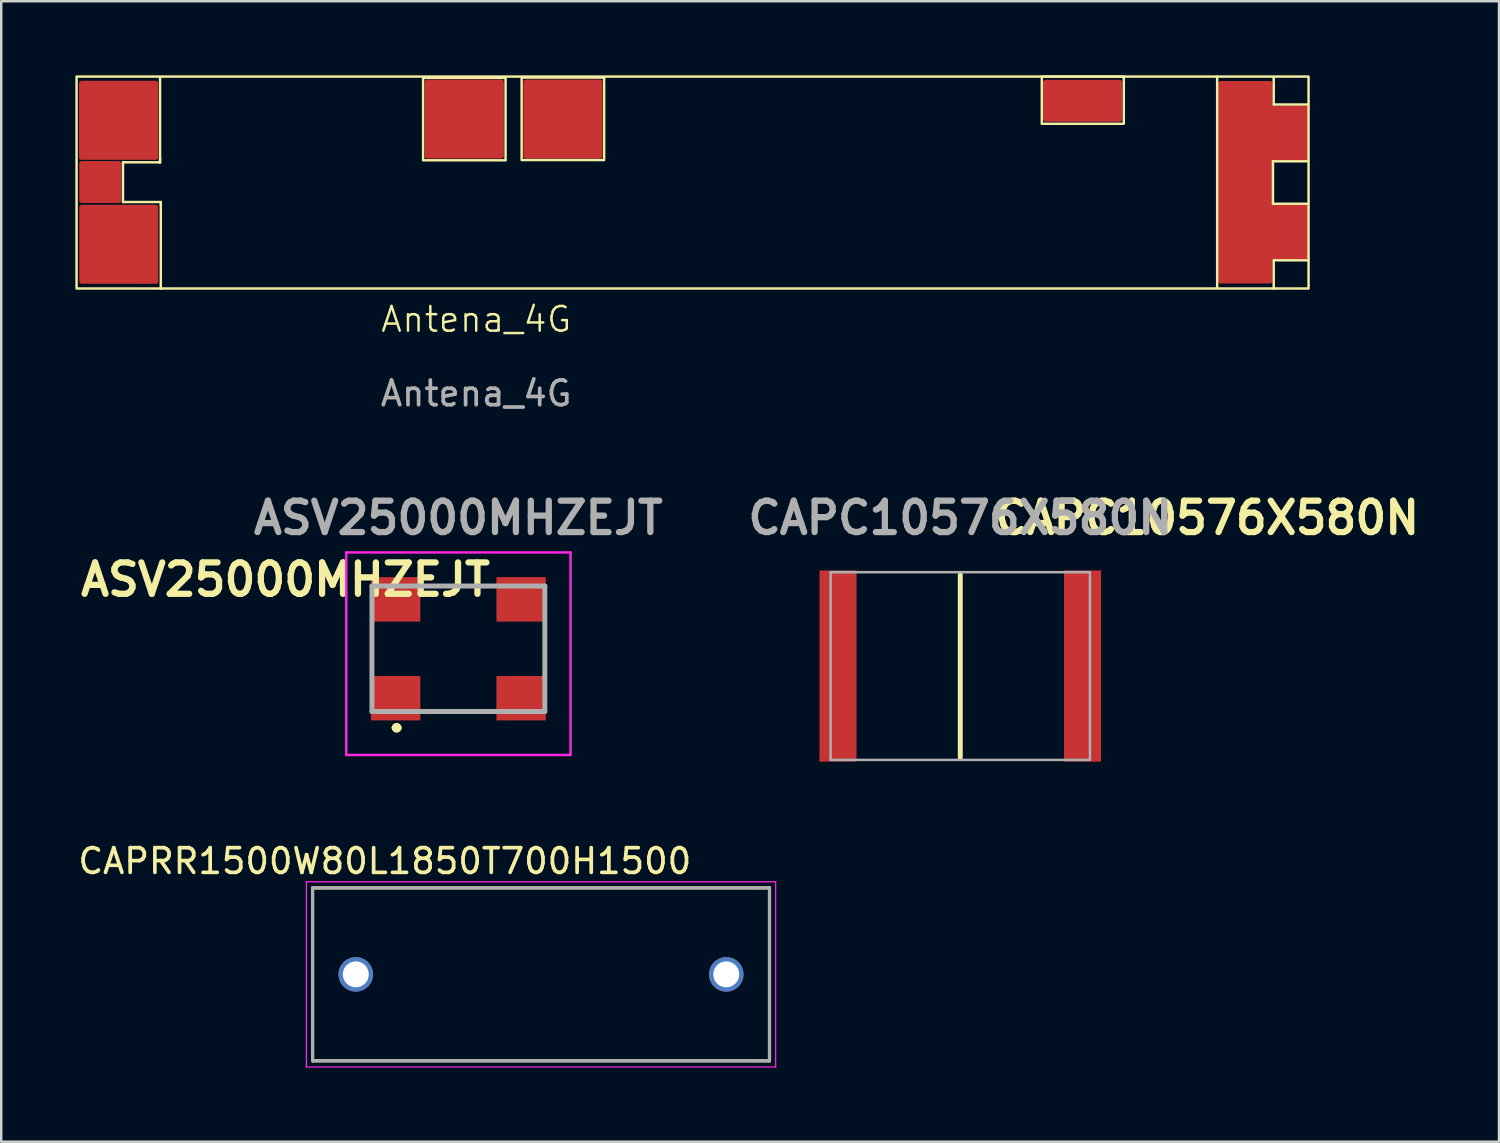
<source format=kicad_pcb>
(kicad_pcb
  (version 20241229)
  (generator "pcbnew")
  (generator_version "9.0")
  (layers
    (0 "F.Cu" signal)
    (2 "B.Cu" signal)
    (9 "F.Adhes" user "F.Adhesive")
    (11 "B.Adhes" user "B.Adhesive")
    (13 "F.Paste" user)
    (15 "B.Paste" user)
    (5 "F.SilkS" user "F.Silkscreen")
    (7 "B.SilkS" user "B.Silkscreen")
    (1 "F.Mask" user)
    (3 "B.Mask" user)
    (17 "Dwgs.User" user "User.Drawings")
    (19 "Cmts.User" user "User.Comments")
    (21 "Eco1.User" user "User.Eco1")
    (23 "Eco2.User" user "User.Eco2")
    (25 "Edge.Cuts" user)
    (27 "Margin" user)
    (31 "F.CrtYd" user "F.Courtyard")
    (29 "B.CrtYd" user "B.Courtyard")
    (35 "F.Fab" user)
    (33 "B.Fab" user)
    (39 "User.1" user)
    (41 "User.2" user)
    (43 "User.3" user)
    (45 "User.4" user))
  (footprint "CAPRR1500W80L1850T700H1500"
    (layer "F.Cu")
    (at 18.855 36.4)
    (property "Reference" "CAPRR1500W80L1850T700H1500" (at -6.325 -4.585 0) (layer "F.SilkS") (effects (font (size 1 1) (thickness 0.15))))
    (attr through_hole)
    (fp_line (start -9.25 -3.5) (end -9.25 3.5) (stroke (width 0.127) (type solid)) (layer "F.SilkS"))
    (fp_line (start -9.25 -3.5) (end 9.25 -3.5) (stroke (width 0.127) (type solid)) (layer "F.SilkS"))
    (fp_line (start -9.25 3.5) (end 9.25 3.5) (stroke (width 0.127) (type solid)) (layer "F.SilkS"))
    (fp_line (start 9.25 -3.5) (end 9.25 3.5) (stroke (width 0.127) (type solid)) (layer "F.SilkS"))
    (fp_line (start -9.5 -3.75) (end -9.5 3.75) (stroke (width 0.05) (type solid)) (layer "F.CrtYd"))
    (fp_line (start -9.5 -3.75) (end 9.5 -3.75) (stroke (width 0.05) (type solid)) (layer "F.CrtYd"))
    (fp_line (start 9.5 -3.75) (end 9.5 3.75) (stroke (width 0.05) (type solid)) (layer "F.CrtYd"))
    (fp_line (start 9.5 3.75) (end -9.5 3.75) (stroke (width 0.05) (type solid)) (layer "F.CrtYd"))
    (fp_line (start -9.25 -3.5) (end -9.25 3.5) (stroke (width 0.127) (type solid)) (layer "F.Fab"))
    (fp_line (start -9.25 -3.5) (end 9.25 -3.5) (stroke (width 0.127) (type solid)) (layer "F.Fab"))
    (fp_line (start 9.25 -3.5) (end 9.25 3.5) (stroke (width 0.127) (type solid)) (layer "F.Fab"))
    (fp_line (start 9.25 3.5) (end -9.25 3.5) (stroke (width 0.127) (type solid)) (layer "F.Fab"))
    (pad "1" thru_hole circle (at -7.5 0) (size 1.4 1.4) (drill 1.05) (layers "*.Cu" "*.Mask"))
    (pad "2" thru_hole circle (at 7.5 0) (size 1.4 1.4) (drill 1.05) (layers "*.Cu" "*.Mask")))
  (footprint "Antena_4G"
    (layer "F.Cu")
    (at 16.23 10.38)
    (property "Reference" "Antena_4G" (at 0 -0.5 0) (unlocked yes) (layer "F.SilkS") (effects (font (size 1 1) (thickness 0.1))))
    (attr smd)
    (fp_rect (start -15.98 -10.06) (end -12.98 -7.06) (stroke (width 0.2) (type default)) (fill no) (layer "F.Cu"))
    (fp_rect (start -15.97 -6.81) (end -14.47 -5.31) (stroke (width 0.2) (type default)) (fill no) (layer "F.Cu"))
    (fp_rect (start -15.97 -5.04) (end -12.97 -2.04) (stroke (width 0.2) (type default)) (fill no) (layer "F.Cu"))
    (fp_rect (start -1.98 -10.11) (end 1.02 -7.11) (stroke (width 0.2) (type default)) (fill no) (layer "F.Cu"))
    (fp_rect (start 2.01 -10.11) (end 5.01 -7.11) (stroke (width 0.2) (type default)) (fill no) (layer "F.Cu"))
    (fp_rect (start 23.05 -10.1) (end 26.05 -8.6) (stroke (width 0.2) (type default)) (fill no) (layer "F.Cu"))
    (fp_rect (start 30.14 -10.05) (end 32.14 -2.05) (stroke (width 0.2) (type default)) (fill no) (layer "F.Cu"))
    (fp_rect (start 32.14 -5.04) (end 33.58 -3.04) (stroke (width 0.2) (type default)) (fill no) (layer "F.Cu"))
    (fp_rect (start 32.15 -9.05) (end 33.59 -7.05) (stroke (width 0.2) (type default)) (fill no) (layer "F.Cu"))
    (fp_line (start -14.3 -6.86) (end -12.85 -6.86) (stroke (width 0.1) (type default)) (layer "F.SilkS"))
    (fp_line (start -14.3 -5.25) (end -14.3 -6.86) (stroke (width 0.1) (type default)) (layer "F.SilkS"))
    (fp_line (start -12.85 -6.86) (end -12.85 -6.86) (stroke (width 0.1) (type default)) (layer "F.SilkS"))
    (fp_line (start -12.8 -7.01) (end -12.8 -6.85) (stroke (width 0.1) (type default)) (layer "F.SilkS"))
    (fp_line (start -12.8 -6.85) (end -12.8 -10.27) (stroke (width 0.1) (type default)) (layer "F.SilkS"))
    (fp_line (start -12.77 -5.25) (end -14.3 -5.25) (stroke (width 0.1) (type default)) (layer "F.SilkS"))
    (fp_line (start -12.77 -5.14) (end -12.77 -5.25) (stroke (width 0.1) (type default)) (layer "F.SilkS"))
    (fp_line (start -12.77 -1.74) (end -12.77 -5.14) (stroke (width 0.1) (type default)) (layer "F.SilkS"))
    (fp_line (start 30 -10.32) (end 30 -1.79) (stroke (width 0.1) (type default)) (layer "F.SilkS"))
    (fp_line (start 32.26 -6.9) (end 33.65 -6.9) (stroke (width 0.1) (type default)) (layer "F.SilkS"))
    (fp_line (start 32.26 -5.18) (end 32.26 -6.9) (stroke (width 0.1) (type default)) (layer "F.SilkS"))
    (fp_line (start 32.26 -5.18) (end 33.67 -5.18) (stroke (width 0.1) (type default)) (layer "F.SilkS"))
    (fp_line (start 32.29 -9.2) (end 32.29 -10.3) (stroke (width 0.1) (type default)) (layer "F.SilkS"))
    (fp_line (start 32.29 -2.89) (end 33.66 -2.89) (stroke (width 0.1) (type default)) (layer "F.SilkS"))
    (fp_line (start 32.29 -1.75) (end 32.29 -2.89) (stroke (width 0.1) (type default)) (layer "F.SilkS"))
    (fp_line (start 33.68 -9.2) (end 32.29 -9.2) (stroke (width 0.1) (type default)) (layer "F.SilkS"))
    (fp_rect (start -16.18 -10.33) (end 33.7 -1.75) (stroke (width 0.1) (type default)) (fill no) (layer "F.SilkS"))
    (fp_rect (start -2.15 -10.28) (end 1.19 -6.94) (stroke (width 0.1) (type default)) (fill no) (layer "F.SilkS"))
    (fp_rect (start 1.84 -10.29) (end 5.18 -6.95) (stroke (width 0.1) (type default)) (fill no) (layer "F.SilkS"))
    (fp_rect (start 22.9 -10.33) (end 26.22 -8.42) (stroke (width 0.1) (type default)) (fill no) (layer "F.SilkS"))
    (fp_text user "${REFERENCE}" (at 0 2.5 0) (unlocked yes) (layer "F.Fab") (effects (font (size 1 1) (thickness 0.15))))
    (pad "" smd rect (at 32.86 -4.04) (size 1.44 2) (layers "F.Cu" "F.Mask" "F.Paste"))
    (pad "" smd rect (at 32.87 -8.072) (size 1.44 1.956) (layers "F.Cu" "F.Mask" "F.Paste"))
    (pad "1" smd rect (at -14.455 -8.56) (size 2.95 3) (layers "F.Cu" "F.Mask" "F.Paste"))
    (pad "2" smd rect (at -15.22 -6.072) (size 1.5 1.475) (layers "F.Cu" "F.Mask" "F.Paste"))
    (pad "3" smd rect (at -14.47 -3.54) (size 3 3) (layers "F.Cu" "F.Mask" "F.Paste"))
    (pad "4" smd rect (at -0.48 -8.61) (size 3 3) (layers "F.Cu" "F.Mask" "F.Paste"))
    (pad "5" smd rect (at 3.51 -8.61) (size 3 3) (layers "F.Cu" "F.Mask" "F.Paste"))
    (pad "6" smd rect (at 24.59 -9.35) (size 3.08 1.522) (layers "F.Cu" "F.Mask" "F.Paste"))
    (pad "7" smd rect (at 31.14 -6.05) (size 2 8) (layers "F.Cu" "F.Mask" "F.Paste")))
  (footprint "CAPC10576X580N"
    (layer "F.Cu")
    (at 35.829 23.917)
    (property "Reference" "CAPC10576X580N" (at 10 -6 0) (layer "F.SilkS") (effects (font (size 1.27 1.27) (thickness 0.254))))
    (attr smd)
    (fp_line (start 0 -3.7) (end 0 3.7) (stroke (width 0.2) (type solid)) (layer "F.SilkS"))
    (fp_line (start -6 -4) (end 6 -4) (stroke (width 0.1) (type default)) (layer "Margin"))
    (fp_line (start -6 4) (end -6 -4) (stroke (width 0.1) (type default)) (layer "Margin"))
    (fp_line (start 6 -4) (end 6 4) (stroke (width 0.1) (type default)) (layer "Margin"))
    (fp_line (start 6 4) (end -6 4) (stroke (width 0.1) (type default)) (layer "Margin"))
    (fp_line (start -5.25 -3.8) (end 5.25 -3.8) (stroke (width 0.1) (type solid)) (layer "F.Fab"))
    (fp_line (start -5.25 3.8) (end -5.25 -3.8) (stroke (width 0.1) (type solid)) (layer "F.Fab"))
    (fp_line (start 5.25 -3.8) (end 5.25 3.8) (stroke (width 0.1) (type solid)) (layer "F.Fab"))
    (fp_line (start 5.25 3.8) (end -5.25 3.8) (stroke (width 0.1) (type solid)) (layer "F.Fab"))
    (fp_text user "${REFERENCE}" (at 0 -6 0) (layer "F.Fab") (effects (font (size 1.27 1.27) (thickness 0.254))))
    (pad "1" smd rect (at -4.95 0) (size 1.5 7.74) (layers "F.Cu" "F.Mask" "F.Paste"))
    (pad "2" smd rect (at 4.95 0) (size 1.5 7.74) (layers "F.Cu" "F.Mask" "F.Paste")))
  (footprint "ASV25000MHZEJT"
    (layer "F.Cu")
    (at 15.509 23.417)
    (property "Reference" "ASV25000MHZEJT" (at -7 -3 0) (layer "F.SilkS") (effects (font (size 1.27 1.27) (thickness 0.254))))
    (attr smd)
    (fp_line (start -3.5 -1.2) (end -3.5 0.8) (stroke (width 0.1) (type solid)) (layer "F.SilkS"))
    (fp_line (start -2.6 3) (end -2.6 3) (stroke (width 0.2) (type solid)) (layer "F.SilkS"))
    (fp_line (start -2.4 3) (end -2.4 3) (stroke (width 0.2) (type solid)) (layer "F.SilkS"))
    (fp_line (start -1 -2.74) (end 1 -2.74) (stroke (width 0.1) (type solid)) (layer "F.SilkS"))
    (fp_line (start -1 2.34) (end 1 2.34) (stroke (width 0.1) (type solid)) (layer "F.SilkS"))
    (fp_line (start 3.5 -1.2) (end 3.5 0.8) (stroke (width 0.1) (type solid)) (layer "F.SilkS"))
    (fp_arc (start -2.6 3) (mid -2.5 2.9) (end -2.4 3) (stroke (width 0.2) (type solid)) (layer "F.SilkS"))
    (fp_arc (start -2.4 3) (mid -2.5 3.1) (end -2.6 3) (stroke (width 0.2) (type solid)) (layer "F.SilkS"))
    (fp_line (start -4.54 -4.1) (end 4.54 -4.1) (stroke (width 0.1) (type solid)) (layer "F.CrtYd"))
    (fp_line (start -4.54 4.1) (end -4.54 -4.1) (stroke (width 0.1) (type solid)) (layer "F.CrtYd"))
    (fp_line (start 4.54 -4.1) (end 4.54 4.1) (stroke (width 0.1) (type solid)) (layer "F.CrtYd"))
    (fp_line (start 4.54 4.1) (end -4.54 4.1) (stroke (width 0.1) (type solid)) (layer "F.CrtYd"))
    (fp_line (start -3.5 -2.74) (end 3.5 -2.74) (stroke (width 0.2) (type solid)) (layer "F.Fab"))
    (fp_line (start -3.5 2.34) (end -3.5 -2.74) (stroke (width 0.2) (type solid)) (layer "F.Fab"))
    (fp_line (start 3.5 -2.74) (end 3.5 2.34) (stroke (width 0.2) (type solid)) (layer "F.Fab"))
    (fp_line (start 3.5 2.34) (end -3.5 2.34) (stroke (width 0.2) (type solid)) (layer "F.Fab"))
    (fp_text user "${REFERENCE}" (at 0 -5.5 0) (layer "F.Fab") (effects (font (size 1.27 1.27) (thickness 0.254))))
    (pad "1" smd rect (at -2.54 1.8 90) (size 1.8 2) (layers "F.Cu" "F.Mask" "F.Paste"))
    (pad "2" smd rect (at 2.54 1.8 90) (size 1.8 2) (layers "F.Cu" "F.Mask" "F.Paste"))
    (pad "3" smd rect (at 2.54 -2.2 90) (size 1.8 2) (layers "F.Cu" "F.Mask" "F.Paste"))
    (pad "4" smd rect (at -2.54 -2.2 90) (size 1.8 2) (layers "F.Cu" "F.Mask" "F.Paste")))
  (gr_rect
    (start -3 -3)
    (end 57.641 43.175)
    (stroke (width 0.1) (type default))
    (fill no)
    (layer "Edge.Cuts")))
</source>
